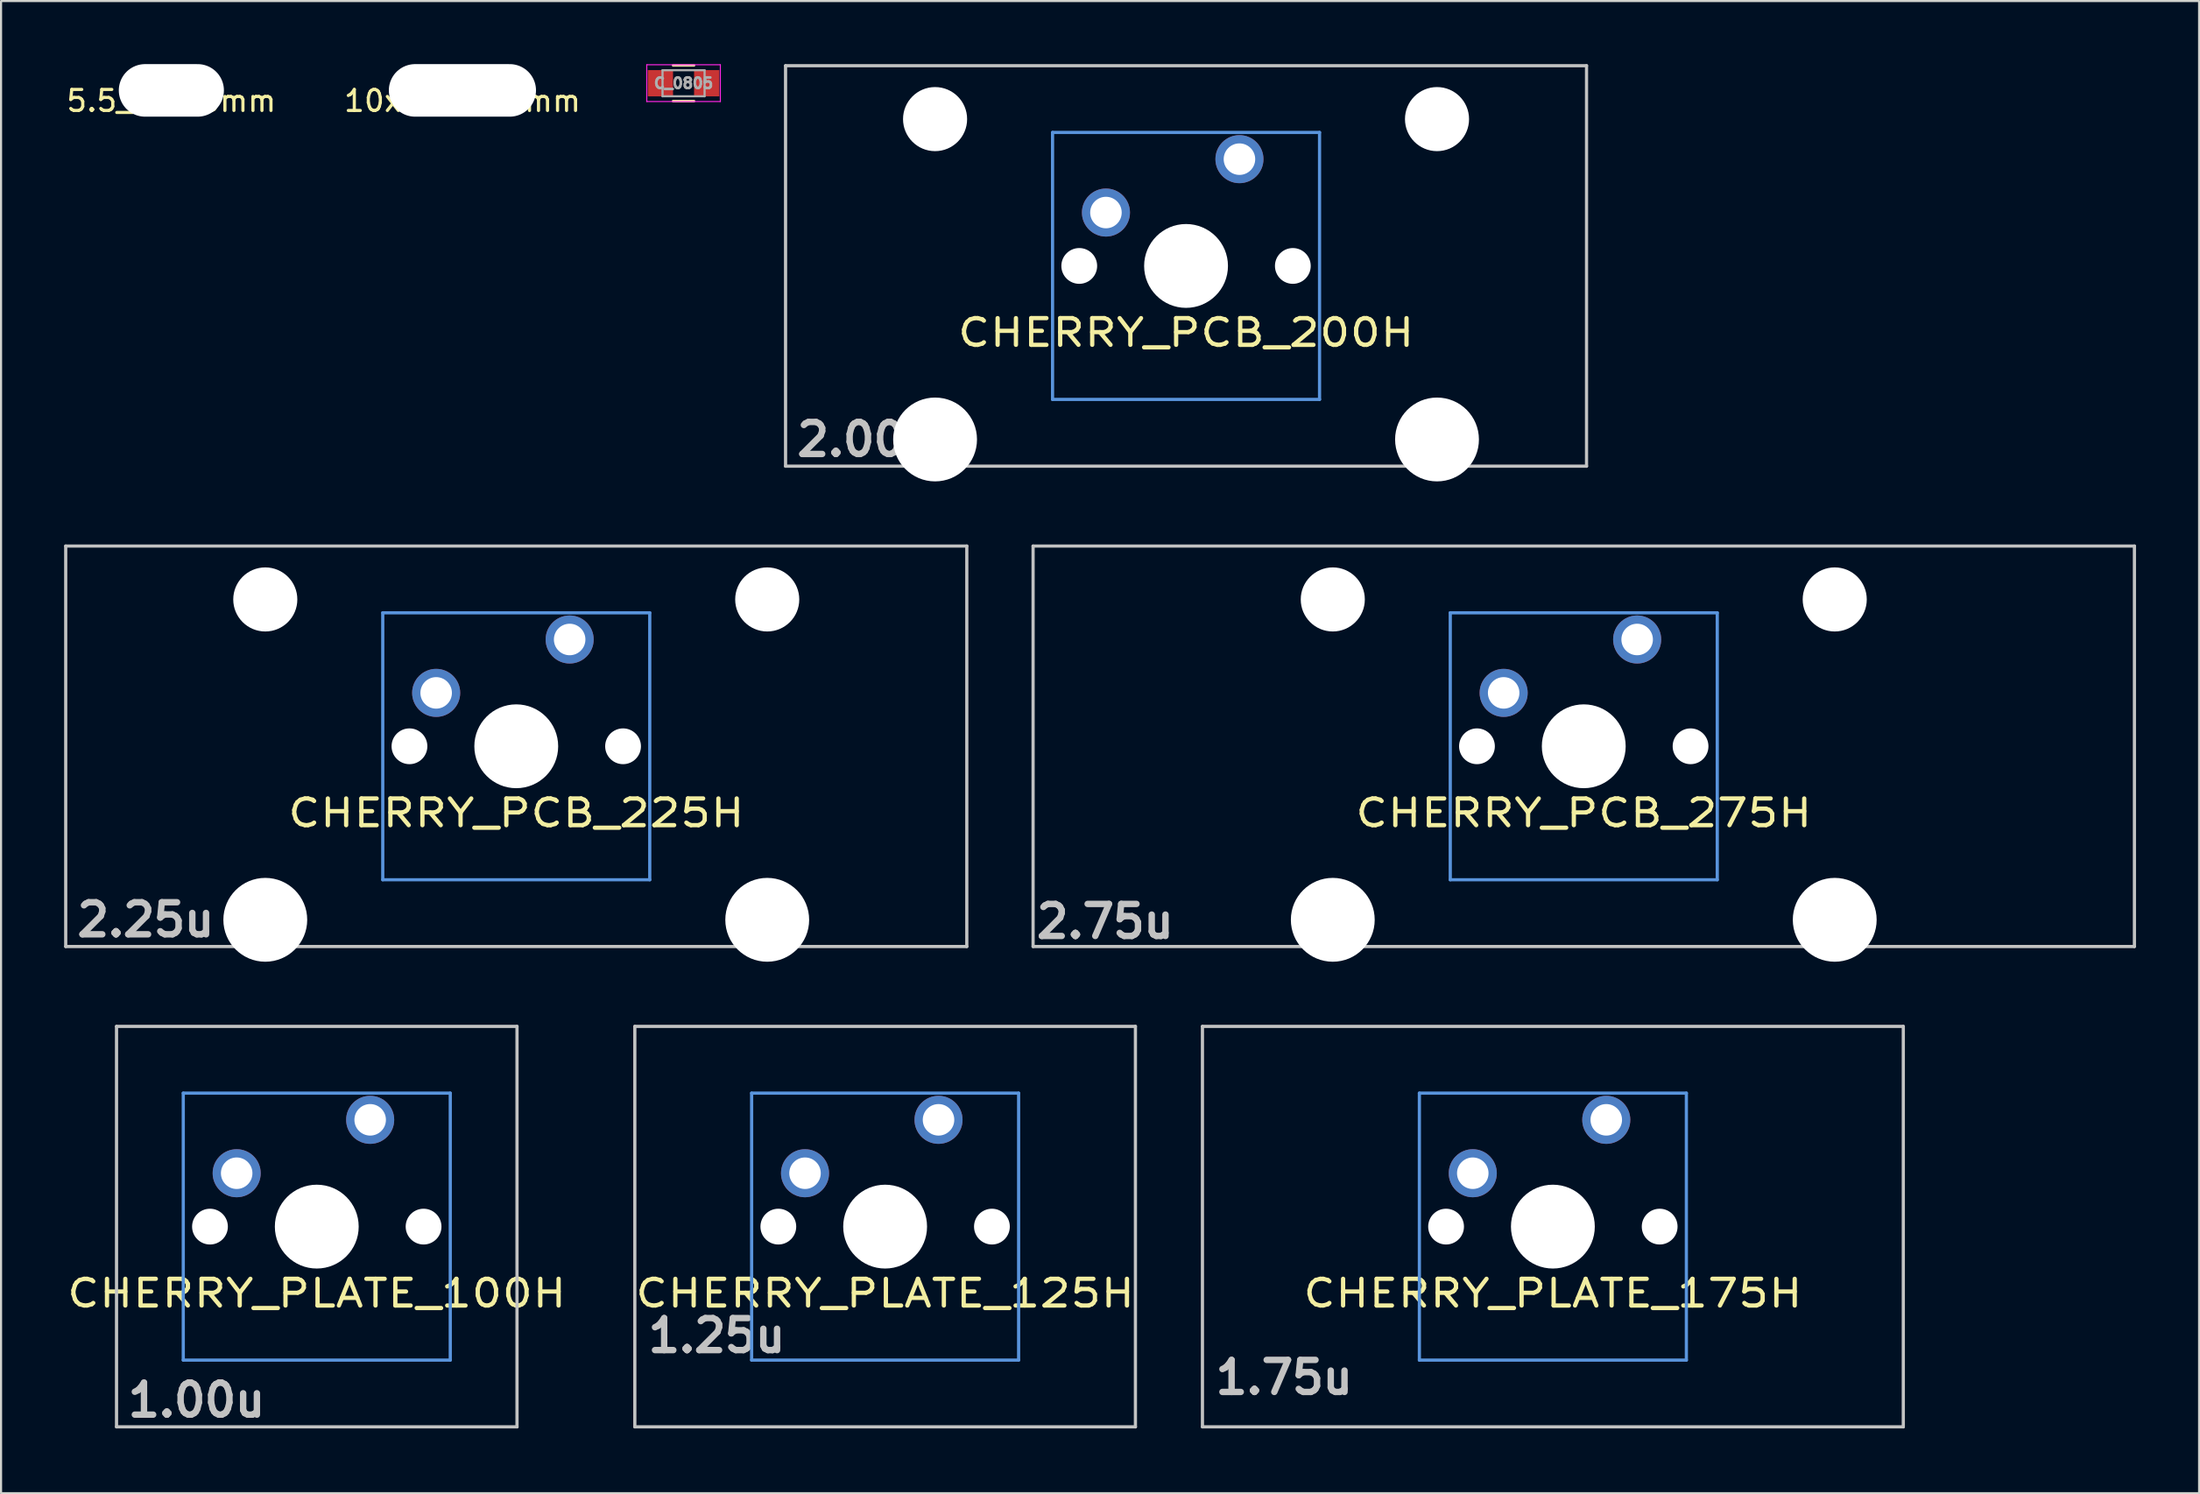
<source format=kicad_pcb>
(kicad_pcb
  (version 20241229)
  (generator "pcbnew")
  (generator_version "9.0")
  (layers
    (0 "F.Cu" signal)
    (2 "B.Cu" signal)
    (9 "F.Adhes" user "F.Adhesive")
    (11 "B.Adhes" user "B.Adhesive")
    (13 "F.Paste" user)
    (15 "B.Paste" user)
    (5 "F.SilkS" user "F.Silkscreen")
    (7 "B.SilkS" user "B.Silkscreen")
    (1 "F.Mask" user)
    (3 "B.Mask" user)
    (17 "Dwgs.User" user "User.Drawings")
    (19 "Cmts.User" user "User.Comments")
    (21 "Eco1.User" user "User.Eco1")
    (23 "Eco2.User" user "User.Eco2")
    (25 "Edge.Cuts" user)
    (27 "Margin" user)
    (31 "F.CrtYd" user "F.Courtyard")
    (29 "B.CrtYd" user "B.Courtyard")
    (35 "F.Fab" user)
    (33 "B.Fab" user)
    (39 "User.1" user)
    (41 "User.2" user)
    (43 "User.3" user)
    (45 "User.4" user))
  (footprint "CHERRY_PCB_200H"
    (layer "F.Cu")
    (at 53.367 9.601)
    (property "Reference" "CHERRY_PCB_200H" (at 0 3.175 0) (layer "F.SilkS") (effects (font (size 1.27 1.524) (thickness 0.203))))
    (attr through_hole)
    (fp_line (start -19.05 -9.525) (end 19.05 -9.525) (stroke (width 0.152) (type solid)) (layer "Dwgs.User"))
    (fp_line (start -19.05 9.525) (end -19.05 -9.525) (stroke (width 0.152) (type solid)) (layer "Dwgs.User"))
    (fp_line (start 19.05 -9.525) (end 19.05 9.525) (stroke (width 0.152) (type solid)) (layer "Dwgs.User"))
    (fp_line (start 19.05 9.525) (end -19.05 9.525) (stroke (width 0.152) (type solid)) (layer "Dwgs.User"))
    (fp_line (start -6.35 -6.35) (end 6.35 -6.35) (stroke (width 0.152) (type solid)) (layer "Cmts.User"))
    (fp_line (start -6.35 6.35) (end -6.35 -6.35) (stroke (width 0.152) (type solid)) (layer "Cmts.User"))
    (fp_line (start 6.35 -6.35) (end 6.35 6.35) (stroke (width 0.152) (type solid)) (layer "Cmts.User"))
    (fp_line (start 6.35 6.35) (end -6.35 6.35) (stroke (width 0.152) (type solid)) (layer "Cmts.User"))
    (fp_text user "2.00u" (at -15.24 8.255 0) (layer "Dwgs.User") (effects (font (size 1.524 1.524) (thickness 0.305))))
    (pad "" np_thru_hole circle (at -11.938 -6.985) (size 3.048 3.048) (drill 3.048) (layers "*.Cu" "*.Mask"))
    (pad "" np_thru_hole circle (at -11.938 8.255) (size 3.988 3.988) (drill 3.988) (layers "*.Cu" "*.Mask"))
    (pad "" np_thru_hole circle (at -5.08 0) (size 1.702 1.702) (drill 1.702) (layers "*.Cu" "*.Mask"))
    (pad "" np_thru_hole circle (at 0 0) (size 3.988 3.988) (drill 3.988) (layers "*.Cu" "*.Mask"))
    (pad "" np_thru_hole circle (at 5.08 0) (size 1.702 1.702) (drill 1.702) (layers "*.Cu" "*.Mask"))
    (pad "" np_thru_hole circle (at 11.938 -6.985) (size 3.048 3.048) (drill 3.048) (layers "*.Cu" "*.Mask"))
    (pad "" np_thru_hole circle (at 11.938 8.255) (size 3.988 3.988) (drill 3.988) (layers "*.Cu" "*.Mask"))
    (pad "1" thru_hole circle (at 2.54 -5.08) (size 2.286 2.286) (drill 1.499) (layers "*.Cu" "B.Mask"))
    (pad "2" thru_hole circle (at -3.81 -2.54) (size 2.286 2.286) (drill 1.499) (layers "*.Cu" "B.Mask")))
  (footprint "10x5_7x2.5mm"
    (layer "F.Cu")
    (at 18.946 1.25)
    (property "Reference" "10x5_7x2.5mm" (at 0 0.5 0) (layer "F.SilkS") (effects (font (size 1 1) (thickness 0.15))))
    (attr through_hole)
    (pad "" np_thru_hole oval (at 0 0) (size 7 2.5) (drill oval 7 2.5) (layers "*.Cu" "*.Mask")))
  (footprint "C_0805"
    (layer "F.Cu")
    (at 29.465 0.91)
    (property "Reference" "C_0805" (at 0 0 180) (layer "F.Fab") (effects (font (size 0.5 0.5) (thickness 0.125))))
    (attr smd)
    (fp_line (start -0.5 0.85) (end 0.5 0.85) (stroke (width 0.12) (type solid)) (layer "F.SilkS"))
    (fp_line (start 0.5 -0.85) (end -0.5 -0.85) (stroke (width 0.12) (type solid)) (layer "F.SilkS"))
    (fp_line (start -1.75 -0.88) (end -1.75 0.87) (stroke (width 0.05) (type solid)) (layer "F.CrtYd"))
    (fp_line (start -1.75 -0.88) (end 1.75 -0.88) (stroke (width 0.05) (type solid)) (layer "F.CrtYd"))
    (fp_line (start 1.75 0.87) (end -1.75 0.87) (stroke (width 0.05) (type solid)) (layer "F.CrtYd"))
    (fp_line (start 1.75 0.87) (end 1.75 -0.88) (stroke (width 0.05) (type solid)) (layer "F.CrtYd"))
    (fp_line (start -1 -0.62) (end 1 -0.62) (stroke (width 0.1) (type solid)) (layer "F.Fab"))
    (fp_line (start -1 0.62) (end -1 -0.62) (stroke (width 0.1) (type solid)) (layer "F.Fab"))
    (fp_line (start 1 -0.62) (end 1 0.62) (stroke (width 0.1) (type solid)) (layer "F.Fab"))
    (fp_line (start 1 0.62) (end -1 0.62) (stroke (width 0.1) (type solid)) (layer "F.Fab"))
    (pad "1" smd rect (at -1.1 0 180) (size 1.2 1.25) (layers "F.Cu" "F.Mask" "F.Paste"))
    (pad "2" smd rect (at 1.1 0 180) (size 1.2 1.25) (layers "F.Cu" "F.Mask" "F.Paste")))
  (footprint "CHERRY_PCB_225H"
    (layer "F.Cu")
    (at 21.507 32.451)
    (property "Reference" "CHERRY_PCB_225H" (at 0 3.175 0) (layer "F.SilkS") (effects (font (size 1.27 1.524) (thickness 0.203))))
    (attr through_hole)
    (fp_line (start -21.431 -9.525) (end 21.431 -9.525) (stroke (width 0.152) (type solid)) (layer "Dwgs.User"))
    (fp_line (start -21.431 9.525) (end -21.431 -9.525) (stroke (width 0.152) (type solid)) (layer "Dwgs.User"))
    (fp_line (start 21.431 -9.525) (end 21.431 9.525) (stroke (width 0.152) (type solid)) (layer "Dwgs.User"))
    (fp_line (start 21.431 9.525) (end -21.431 9.525) (stroke (width 0.152) (type solid)) (layer "Dwgs.User"))
    (fp_line (start -6.35 -6.35) (end 6.35 -6.35) (stroke (width 0.152) (type solid)) (layer "Cmts.User"))
    (fp_line (start -6.35 6.35) (end -6.35 -6.35) (stroke (width 0.152) (type solid)) (layer "Cmts.User"))
    (fp_line (start 6.35 -6.35) (end 6.35 6.35) (stroke (width 0.152) (type solid)) (layer "Cmts.User"))
    (fp_line (start 6.35 6.35) (end -6.35 6.35) (stroke (width 0.152) (type solid)) (layer "Cmts.User"))
    (fp_text user "2.25u" (at -17.623 8.255 0) (layer "Dwgs.User") (effects (font (size 1.524 1.524) (thickness 0.305))))
    (pad "" np_thru_hole circle (at -11.938 -6.985) (size 3.048 3.048) (drill 3.048) (layers "*.Cu" "*.Mask"))
    (pad "" np_thru_hole circle (at -11.938 8.255) (size 3.988 3.988) (drill 3.988) (layers "*.Cu" "*.Mask"))
    (pad "" np_thru_hole circle (at -5.08 0) (size 1.702 1.702) (drill 1.702) (layers "*.Cu" "*.Mask"))
    (pad "" np_thru_hole circle (at 0 0) (size 3.988 3.988) (drill 3.988) (layers "*.Cu" "*.Mask"))
    (pad "" np_thru_hole circle (at 5.08 0) (size 1.702 1.702) (drill 1.702) (layers "*.Cu" "*.Mask"))
    (pad "" np_thru_hole circle (at 11.938 -6.985) (size 3.048 3.048) (drill 3.048) (layers "*.Cu" "*.Mask"))
    (pad "" np_thru_hole circle (at 11.938 8.255) (size 3.988 3.988) (drill 3.988) (layers "*.Cu" "*.Mask"))
    (pad "1" thru_hole circle (at 2.54 -5.08) (size 2.286 2.286) (drill 1.499) (layers "*.Cu" "B.Mask"))
    (pad "2" thru_hole circle (at -3.81 -2.54) (size 2.286 2.286) (drill 1.499) (layers "*.Cu" "B.Mask")))
  (footprint "CHERRY_PCB_275H"
    (layer "F.Cu")
    (at 72.285 32.451)
    (property "Reference" "CHERRY_PCB_275H" (at 0 3.175 0) (layer "F.SilkS") (effects (font (size 1.27 1.524) (thickness 0.203))))
    (attr through_hole)
    (fp_line (start -26.194 -9.525) (end 26.194 -9.525) (stroke (width 0.152) (type solid)) (layer "Dwgs.User"))
    (fp_line (start -26.194 9.525) (end -26.194 -9.525) (stroke (width 0.152) (type solid)) (layer "Dwgs.User"))
    (fp_line (start 26.194 -9.525) (end 26.194 9.525) (stroke (width 0.152) (type solid)) (layer "Dwgs.User"))
    (fp_line (start 26.194 9.525) (end -26.194 9.525) (stroke (width 0.152) (type solid)) (layer "Dwgs.User"))
    (fp_line (start -6.35 -6.35) (end 6.35 -6.35) (stroke (width 0.152) (type solid)) (layer "Cmts.User"))
    (fp_line (start -6.35 6.35) (end -6.35 -6.35) (stroke (width 0.152) (type solid)) (layer "Cmts.User"))
    (fp_line (start 6.35 -6.35) (end 6.35 6.35) (stroke (width 0.152) (type solid)) (layer "Cmts.User"))
    (fp_line (start 6.35 6.35) (end -6.35 6.35) (stroke (width 0.152) (type solid)) (layer "Cmts.User"))
    (fp_text user "2.75u" (at -26.194 8.334 0) (layer "Dwgs.User") (effects (font (size 1.524 1.524) (thickness 0.305)) (justify left)))
    (pad "" np_thru_hole circle (at -11.938 -6.985) (size 3.048 3.048) (drill 3.048) (layers "*.Cu" "*.Mask"))
    (pad "" np_thru_hole circle (at -11.938 8.255) (size 3.988 3.988) (drill 3.988) (layers "*.Cu" "*.Mask"))
    (pad "" np_thru_hole circle (at -5.08 0) (size 1.702 1.702) (drill 1.702) (layers "*.Cu" "*.Mask"))
    (pad "" np_thru_hole circle (at 0 0) (size 3.988 3.988) (drill 3.988) (layers "*.Cu" "*.Mask"))
    (pad "" np_thru_hole circle (at 5.08 0) (size 1.702 1.702) (drill 1.702) (layers "*.Cu" "*.Mask"))
    (pad "" np_thru_hole circle (at 11.938 -6.985) (size 3.048 3.048) (drill 3.048) (layers "*.Cu" "*.Mask"))
    (pad "" np_thru_hole circle (at 11.938 8.255) (size 3.988 3.988) (drill 3.988) (layers "*.Cu" "*.Mask"))
    (pad "1" thru_hole circle (at 2.54 -5.08) (size 2.286 2.286) (drill 1.499) (layers "*.Cu" "B.Mask"))
    (pad "2" thru_hole circle (at -3.81 -2.54) (size 2.286 2.286) (drill 1.499) (layers "*.Cu" "B.Mask")))
  (footprint "CHERRY_PLATE_175H"
    (layer "F.Cu")
    (at 70.816 55.301)
    (property "Reference" "CHERRY_PLATE_175H" (at 0 3.175 0) (layer "F.SilkS") (effects (font (size 1.27 1.524) (thickness 0.203))))
    (attr through_hole)
    (fp_line (start -16.669 -9.525) (end 16.669 -9.525) (stroke (width 0.152) (type solid)) (layer "Dwgs.User"))
    (fp_line (start -16.669 9.525) (end -16.669 -9.525) (stroke (width 0.152) (type solid)) (layer "Dwgs.User"))
    (fp_line (start 16.669 -9.525) (end 16.669 9.525) (stroke (width 0.152) (type solid)) (layer "Dwgs.User"))
    (fp_line (start 16.669 9.525) (end -16.669 9.525) (stroke (width 0.152) (type solid)) (layer "Dwgs.User"))
    (fp_line (start -6.35 -6.35) (end 6.35 -6.35) (stroke (width 0.152) (type solid)) (layer "Cmts.User"))
    (fp_line (start -6.35 6.35) (end -6.35 -6.35) (stroke (width 0.152) (type solid)) (layer "Cmts.User"))
    (fp_line (start 6.35 -6.35) (end 6.35 6.35) (stroke (width 0.152) (type solid)) (layer "Cmts.User"))
    (fp_line (start 6.35 6.35) (end -6.35 6.35) (stroke (width 0.152) (type solid)) (layer "Cmts.User"))
    (fp_text user "1.75u" (at -12.779 7.175 0) (layer "Dwgs.User") (effects (font (size 1.524 1.524) (thickness 0.305))))
    (pad "" np_thru_hole circle (at -5.08 0) (size 1.702 1.702) (drill 1.702) (layers "*.Cu" "*.Mask"))
    (pad "" np_thru_hole circle (at 0 0) (size 3.988 3.988) (drill 3.988) (layers "*.Cu" "*.Mask"))
    (pad "" np_thru_hole circle (at 5.08 0) (size 1.702 1.702) (drill 1.702) (layers "*.Cu" "*.Mask"))
    (pad "1" thru_hole circle (at 2.54 -5.08) (size 2.286 2.286) (drill 1.499) (layers "*.Cu" "B.Mask"))
    (pad "2" thru_hole circle (at -3.81 -2.54) (size 2.286 2.286) (drill 1.499) (layers "*.Cu" "B.Mask")))
  (footprint "CHERRY_PLATE_125H"
    (layer "F.Cu")
    (at 39.053 55.301)
    (property "Reference" "CHERRY_PLATE_125H" (at 0 3.175 0) (layer "F.SilkS") (effects (font (size 1.27 1.524) (thickness 0.203))))
    (attr through_hole)
    (fp_line (start -11.906 -9.525) (end 11.906 -9.525) (stroke (width 0.152) (type solid)) (layer "Dwgs.User"))
    (fp_line (start -11.906 9.525) (end -11.906 -9.525) (stroke (width 0.152) (type solid)) (layer "Dwgs.User"))
    (fp_line (start 11.906 -9.525) (end 11.906 9.525) (stroke (width 0.152) (type solid)) (layer "Dwgs.User"))
    (fp_line (start 11.906 9.525) (end -11.906 9.525) (stroke (width 0.152) (type solid)) (layer "Dwgs.User"))
    (fp_line (start -6.35 -6.35) (end 6.35 -6.35) (stroke (width 0.152) (type solid)) (layer "Cmts.User"))
    (fp_line (start -6.35 6.35) (end -6.35 -6.35) (stroke (width 0.152) (type solid)) (layer "Cmts.User"))
    (fp_line (start 6.35 -6.35) (end 6.35 6.35) (stroke (width 0.152) (type solid)) (layer "Cmts.User"))
    (fp_line (start 6.35 6.35) (end -6.35 6.35) (stroke (width 0.152) (type solid)) (layer "Cmts.User"))
    (fp_text user "1.25u" (at -8.007 5.185 0) (layer "Dwgs.User") (effects (font (size 1.524 1.524) (thickness 0.305))))
    (pad "" np_thru_hole circle (at -5.08 0) (size 1.702 1.702) (drill 1.702) (layers "*.Cu" "*.Mask"))
    (pad "" np_thru_hole circle (at 0 0) (size 3.988 3.988) (drill 3.988) (layers "*.Cu" "*.Mask"))
    (pad "" np_thru_hole circle (at 5.08 0) (size 1.702 1.702) (drill 1.702) (layers "*.Cu" "*.Mask"))
    (pad "1" thru_hole circle (at 2.54 -5.08) (size 2.286 2.286) (drill 1.499) (layers "*.Cu" "B.Mask"))
    (pad "2" thru_hole circle (at -3.81 -2.54) (size 2.286 2.286) (drill 1.499) (layers "*.Cu" "B.Mask")))
  (footprint "5.5_5x2.5mm"
    (layer "F.Cu")
    (at 5.101 1.25)
    (property "Reference" "5.5_5x2.5mm" (at 0 0.5 0) (layer "F.SilkS") (effects (font (size 1 1) (thickness 0.15))))
    (attr through_hole)
    (pad "" np_thru_hole oval (at 0 0) (size 5 2.5) (drill oval 5 2.5) (layers "*.Cu" "*.Mask")))
  (footprint "CHERRY_PLATE_100H"
    (layer "F.Cu")
    (at 12.018 55.301)
    (property "Reference" "CHERRY_PLATE_100H" (at 0 3.175 0) (layer "F.SilkS") (effects (font (size 1.27 1.524) (thickness 0.203))))
    (attr through_hole)
    (fp_line (start -9.525 -9.525) (end 9.525 -9.525) (stroke (width 0.152) (type solid)) (layer "Dwgs.User"))
    (fp_line (start -9.525 9.525) (end -9.525 -9.525) (stroke (width 0.152) (type solid)) (layer "Dwgs.User"))
    (fp_line (start 9.525 -9.525) (end 9.525 9.525) (stroke (width 0.152) (type solid)) (layer "Dwgs.User"))
    (fp_line (start 9.525 9.525) (end -9.525 9.525) (stroke (width 0.152) (type solid)) (layer "Dwgs.User"))
    (fp_line (start -6.35 -6.35) (end 6.35 -6.35) (stroke (width 0.152) (type solid)) (layer "Cmts.User"))
    (fp_line (start -6.35 6.35) (end -6.35 -6.35) (stroke (width 0.152) (type solid)) (layer "Cmts.User"))
    (fp_line (start 6.35 -6.35) (end 6.35 6.35) (stroke (width 0.152) (type solid)) (layer "Cmts.User"))
    (fp_line (start 6.35 6.35) (end -6.35 6.35) (stroke (width 0.152) (type solid)) (layer "Cmts.User"))
    (fp_text user "1.00u" (at -5.715 8.255 0) (layer "Dwgs.User") (effects (font (size 1.524 1.524) (thickness 0.305))))
    (pad "" np_thru_hole circle (at -5.08 0) (size 1.702 1.702) (drill 1.702) (layers "*.Cu" "*.Mask"))
    (pad "" np_thru_hole circle (at 0 0) (size 3.988 3.988) (drill 3.988) (layers "*.Cu" "*.Mask"))
    (pad "" np_thru_hole circle (at 5.08 0) (size 1.702 1.702) (drill 1.702) (layers "*.Cu" "*.Mask"))
    (pad "1" thru_hole circle (at 2.54 -5.08) (size 2.286 2.286) (drill 1.499) (layers "*.Cu" "B.Mask"))
    (pad "2" thru_hole circle (at -3.81 -2.54) (size 2.286 2.286) (drill 1.499) (layers "*.Cu" "B.Mask")))
  (gr_rect
    (start -3 -3)
    (end 101.555 67.983)
    (stroke (width 0.1) (type default))
    (fill no)
    (layer "Edge.Cuts")))
</source>
